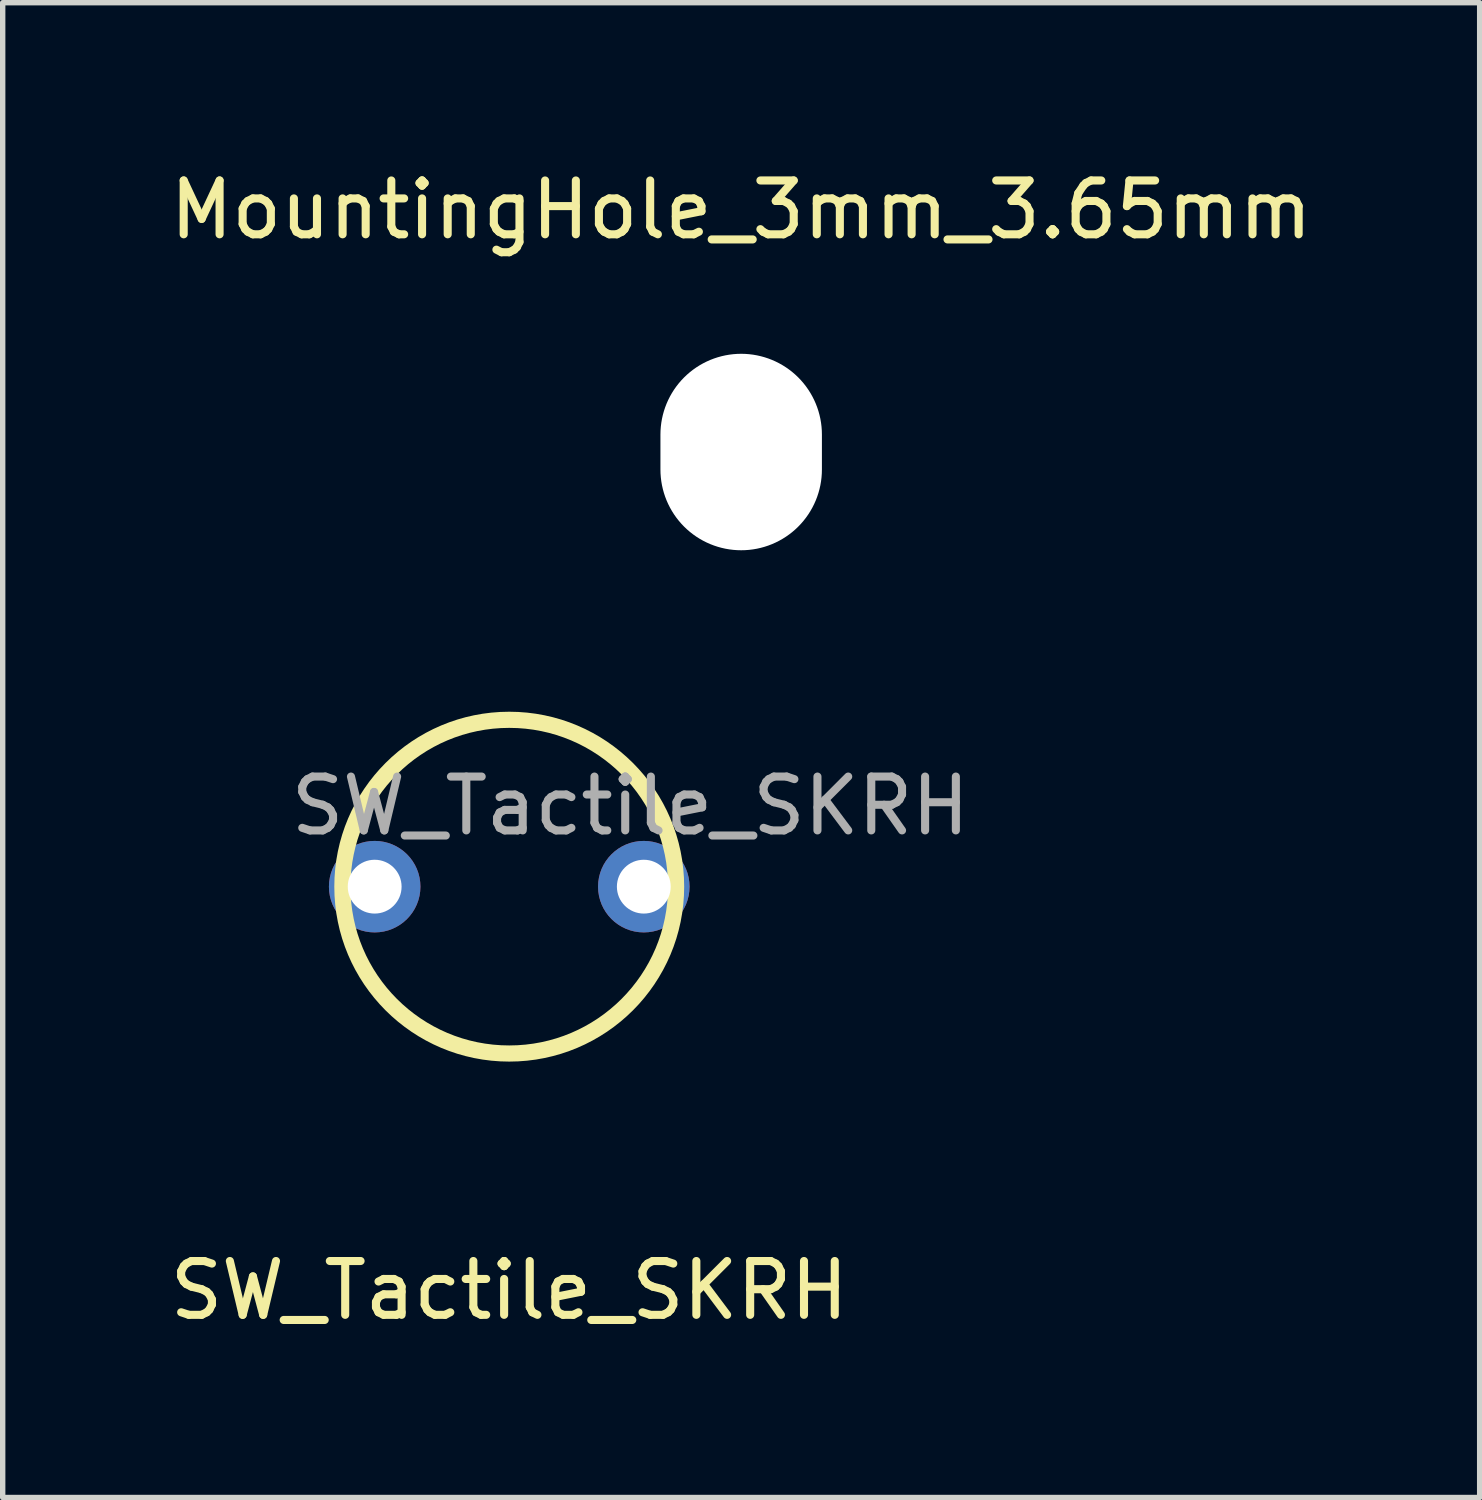
<source format=kicad_pcb>
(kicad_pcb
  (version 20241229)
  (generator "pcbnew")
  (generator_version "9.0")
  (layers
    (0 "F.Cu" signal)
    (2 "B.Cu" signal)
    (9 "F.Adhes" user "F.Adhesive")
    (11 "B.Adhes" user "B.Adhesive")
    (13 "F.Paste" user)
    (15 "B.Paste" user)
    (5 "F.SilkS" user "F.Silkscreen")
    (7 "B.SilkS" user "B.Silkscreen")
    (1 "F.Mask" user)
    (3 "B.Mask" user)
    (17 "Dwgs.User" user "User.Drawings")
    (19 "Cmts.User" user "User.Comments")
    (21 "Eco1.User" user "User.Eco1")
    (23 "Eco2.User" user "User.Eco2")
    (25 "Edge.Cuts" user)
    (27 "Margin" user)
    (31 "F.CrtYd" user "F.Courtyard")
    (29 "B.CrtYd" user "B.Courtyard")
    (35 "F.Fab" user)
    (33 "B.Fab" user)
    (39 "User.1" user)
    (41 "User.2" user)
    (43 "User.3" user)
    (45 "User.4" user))
  (footprint "SW_Tactile_SKRH"
    (layer "F.Cu")
    (at 6.411 13.423)
    (property "Reference" "SW_Tactile_SKRH" (at 0 7.5 0) (layer "F.SilkS") (effects (font (size 1 1) (thickness 0.15))))
    (attr through_hole)
    (fp_circle (center -2.5 0) (end -2.945 0) (stroke (width 0.1) (type solid)) (fill no) (layer "F.Mask"))
    (fp_circle (center 2.5 0) (end 2.055 0) (stroke (width 0.1) (type solid)) (fill no) (layer "F.Mask"))
    (fp_circle (center -2.5 0) (end -3.389 0) (stroke (width 0.1) (type solid)) (fill no) (layer "B.Mask"))
    (fp_circle (center 2.5 0) (end 1.611 0) (stroke (width 0.1) (type solid)) (fill no) (layer "B.Mask"))
    (fp_circle (center 0 0) (end 3.1 0) (stroke (width 0.3) (type solid)) (fill no) (layer "F.SilkS"))
    (fp_text user "${REFERENCE}" (at 2.25 -1.5 0) (layer "F.Fab") (effects (font (size 1 1) (thickness 0.15))))
    (pad "1" thru_hole circle (at -2.5 0 180) (size 1.7 1.7) (drill 1) (layers "*.Cu" "*.Mask"))
    (pad "2" thru_hole circle (at 2.5 0 180) (size 1.7 1.7) (drill 1) (layers "*.Cu" "*.Mask")))
  (footprint "MountingHole_3mm_3.65mm"
    (layer "F.Cu")
    (at 10.72 5.348)
    (property "Reference" "MountingHole_3mm_3.65mm" (at 0 -4.5 0) (layer "F.SilkS") (effects (font (size 1 1) (thickness 0.15))))
    (attr exclude_from_pos_files exclude_from_bom)
    (pad "" np_thru_hole oval (at 0 0) (size 3 3.65) (drill oval 3 3.65) (layers "*.Cu" "*.Mask")))
  (gr_rect
    (start -3 -3)
    (end 24.44 24.771)
    (stroke (width 0.1) (type default))
    (fill no)
    (layer "Edge.Cuts")))
</source>
